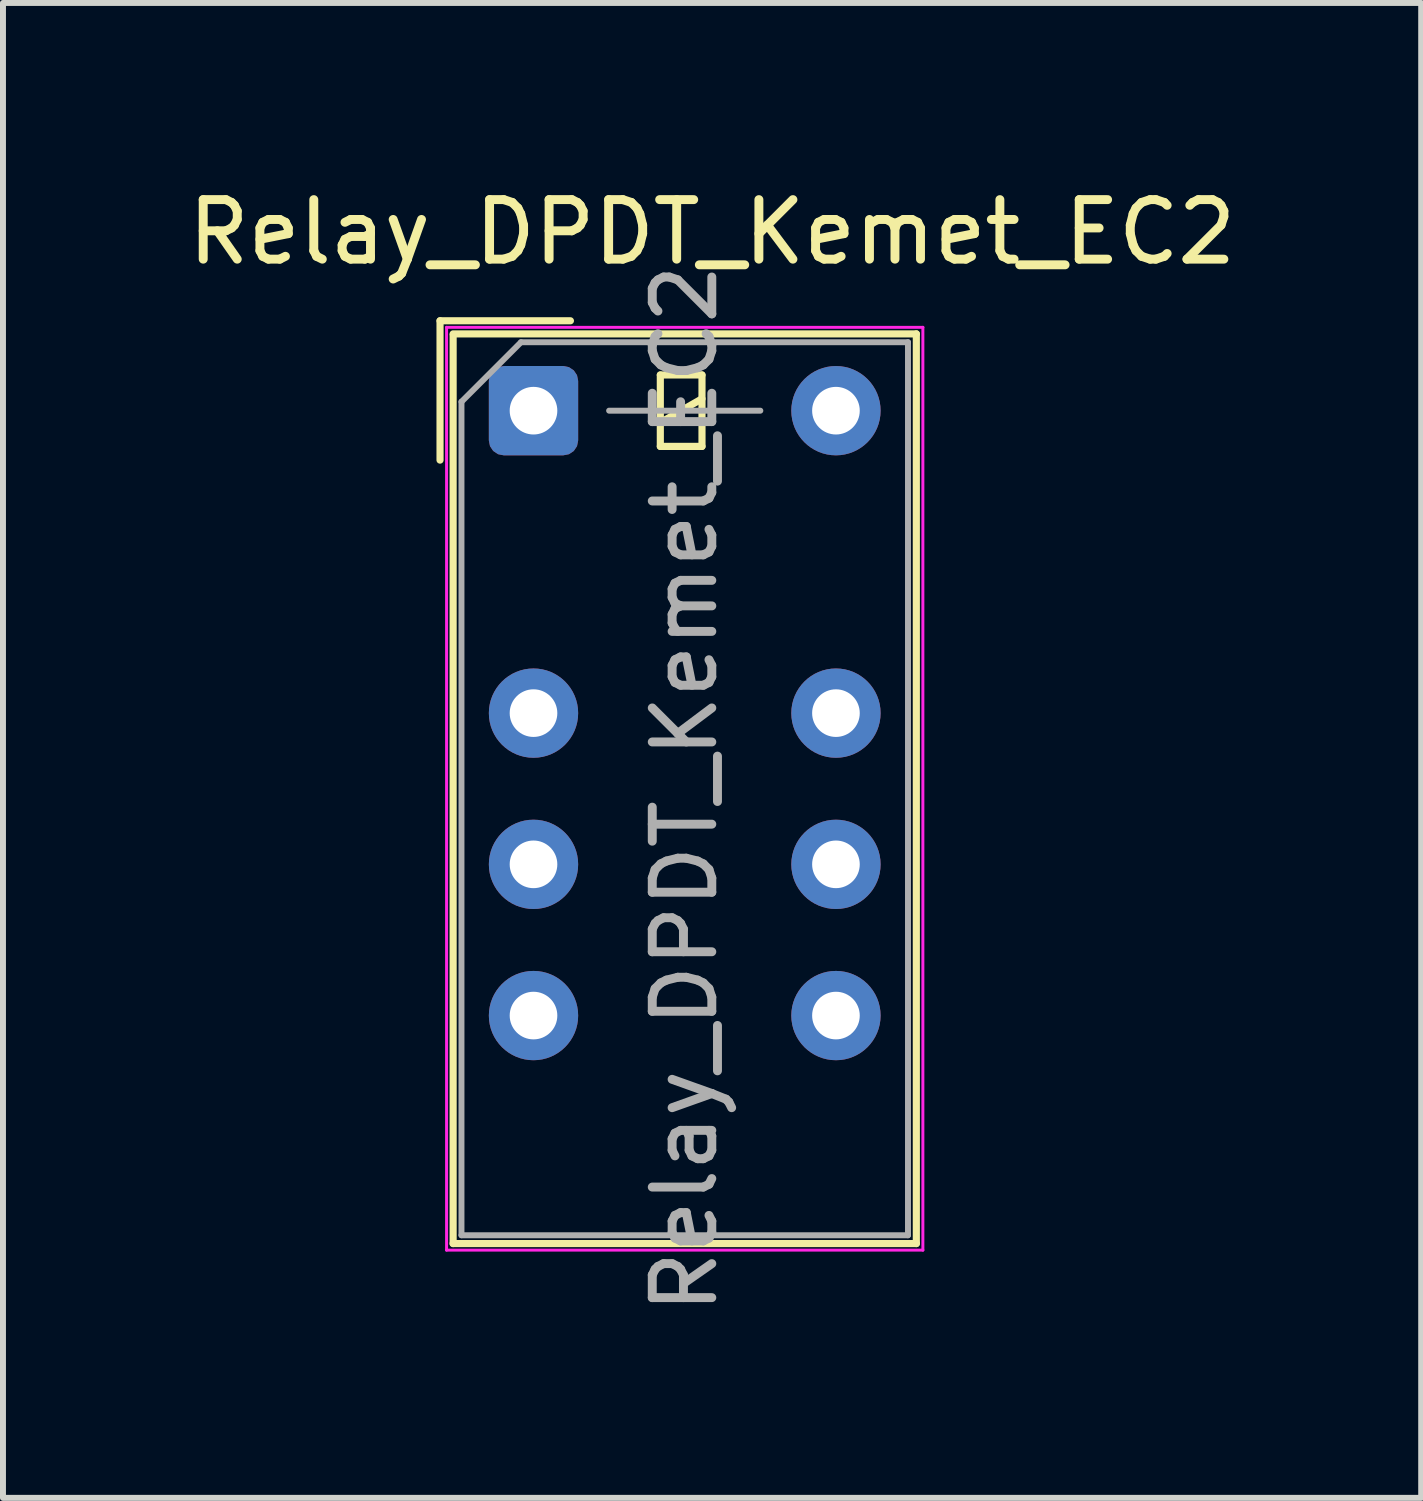
<source format=kicad_pcb>
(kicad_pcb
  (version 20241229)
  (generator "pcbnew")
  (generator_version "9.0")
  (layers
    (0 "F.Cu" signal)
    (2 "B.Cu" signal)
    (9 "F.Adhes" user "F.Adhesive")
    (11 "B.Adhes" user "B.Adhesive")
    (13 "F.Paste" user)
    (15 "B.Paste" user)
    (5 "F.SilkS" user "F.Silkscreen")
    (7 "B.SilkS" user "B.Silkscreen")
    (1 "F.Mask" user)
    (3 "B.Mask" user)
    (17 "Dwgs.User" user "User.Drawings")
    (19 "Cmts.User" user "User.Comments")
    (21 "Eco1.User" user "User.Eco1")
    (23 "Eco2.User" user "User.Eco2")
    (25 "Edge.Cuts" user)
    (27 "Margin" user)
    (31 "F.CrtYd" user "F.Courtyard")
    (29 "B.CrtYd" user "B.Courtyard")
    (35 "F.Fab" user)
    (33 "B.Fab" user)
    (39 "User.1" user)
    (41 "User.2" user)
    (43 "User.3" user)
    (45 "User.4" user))
  (footprint "Relay_DPDT_Kemet_EC2"
    (layer "F.Cu")
    (at 5.911 3.848)
    (property "Reference" "Relay_DPDT_Kemet_EC2" (at 3 -3 180) (layer "F.SilkS") (effects (font (size 1 1) (thickness 0.15))))
    (attr through_hole)
    (fp_line (start -1.57 -1.51) (end 0.62 -1.51) (stroke (width 0.12) (type solid)) (layer "F.SilkS"))
    (fp_line (start -1.57 0.83) (end -1.57 -1.51) (stroke (width 0.12) (type solid)) (layer "F.SilkS"))
    (fp_line (start -1.35 -1.27) (end -1.35 13.99) (stroke (width 0.12) (type solid)) (layer "F.SilkS"))
    (fp_line (start 2.13 -0.6) (end 2.13 0.6) (stroke (width 0.12) (type solid)) (layer "F.SilkS"))
    (fp_line (start 2.13 0.2) (end 2.83 -0.2) (stroke (width 0.12) (type solid)) (layer "F.SilkS"))
    (fp_line (start 2.13 0.6) (end 2.83 0.6) (stroke (width 0.12) (type solid)) (layer "F.SilkS"))
    (fp_line (start 2.83 -0.6) (end 2.13 -0.6) (stroke (width 0.12) (type solid)) (layer "F.SilkS"))
    (fp_line (start 2.83 0.6) (end 2.83 -0.6) (stroke (width 0.12) (type solid)) (layer "F.SilkS"))
    (fp_line (start 6.43 -1.29) (end -1.35 -1.29) (stroke (width 0.12) (type solid)) (layer "F.SilkS"))
    (fp_line (start 6.43 -1.29) (end 6.43 13.99) (stroke (width 0.12) (type solid)) (layer "F.SilkS"))
    (fp_line (start 6.43 13.99) (end -1.35 13.99) (stroke (width 0.12) (type solid)) (layer "F.SilkS"))
    (fp_line (start -1.46 -1.4) (end -1.46 14.1) (stroke (width 0.05) (type solid)) (layer "F.CrtYd"))
    (fp_line (start -1.46 14.1) (end 6.54 14.1) (stroke (width 0.05) (type solid)) (layer "F.CrtYd"))
    (fp_line (start 6.54 -1.4) (end -1.46 -1.4) (stroke (width 0.05) (type solid)) (layer "F.CrtYd"))
    (fp_line (start 6.54 -1.4) (end 6.54 14.1) (stroke (width 0.05) (type solid)) (layer "F.CrtYd"))
    (fp_line (start -1.21 -0.15) (end -1.21 13.85) (stroke (width 0.1) (type solid)) (layer "F.Fab"))
    (fp_line (start -1.21 -0.15) (end -0.21 -1.15) (stroke (width 0.1) (type solid)) (layer "F.Fab"))
    (fp_line (start 1.27 0) (end 3.81 0) (stroke (width 0.1) (type solid)) (layer "F.Fab"))
    (fp_line (start 6.29 -1.15) (end -0.21 -1.15) (stroke (width 0.1) (type solid)) (layer "F.Fab"))
    (fp_line (start 6.29 -1.15) (end 6.29 13.85) (stroke (width 0.1) (type solid)) (layer "F.Fab"))
    (fp_line (start 6.29 13.85) (end -1.21 13.85) (stroke (width 0.1) (type solid)) (layer "F.Fab"))
    (fp_text user "${REFERENCE}" (at 2.54 6.35 90) (layer "F.Fab") (effects (font (size 1 1) (thickness 0.15))))
    (pad "1" thru_hole roundrect (at 0 0) (size 1.5 1.5) (drill 0.8) (layers "*.Cu" "*.Mask") (roundrect_rratio 0.167))
    (pad "3" thru_hole circle (at 0 5.08) (size 1.5 1.5) (drill 0.8) (layers "*.Cu" "*.Mask"))
    (pad "4" thru_hole circle (at 0 7.62) (size 1.5 1.5) (drill 0.8) (layers "*.Cu" "*.Mask"))
    (pad "5" thru_hole circle (at 0 10.16) (size 1.5 1.5) (drill 0.8) (layers "*.Cu" "*.Mask"))
    (pad "8" thru_hole circle (at 5.08 10.16) (size 1.5 1.5) (drill 0.8) (layers "*.Cu" "*.Mask"))
    (pad "9" thru_hole circle (at 5.08 7.62) (size 1.5 1.5) (drill 0.8) (layers "*.Cu" "*.Mask"))
    (pad "10" thru_hole circle (at 5.08 5.08) (size 1.5 1.5) (drill 0.8) (layers "*.Cu" "*.Mask"))
    (pad "12" thru_hole circle (at 5.08 0) (size 1.5 1.5) (drill 0.8) (layers "*.Cu" "*.Mask")))
  (gr_rect
    (start -3 -3)
    (end 20.821 22.109)
    (stroke (width 0.1) (type default))
    (fill no)
    (layer "Edge.Cuts")))
</source>
